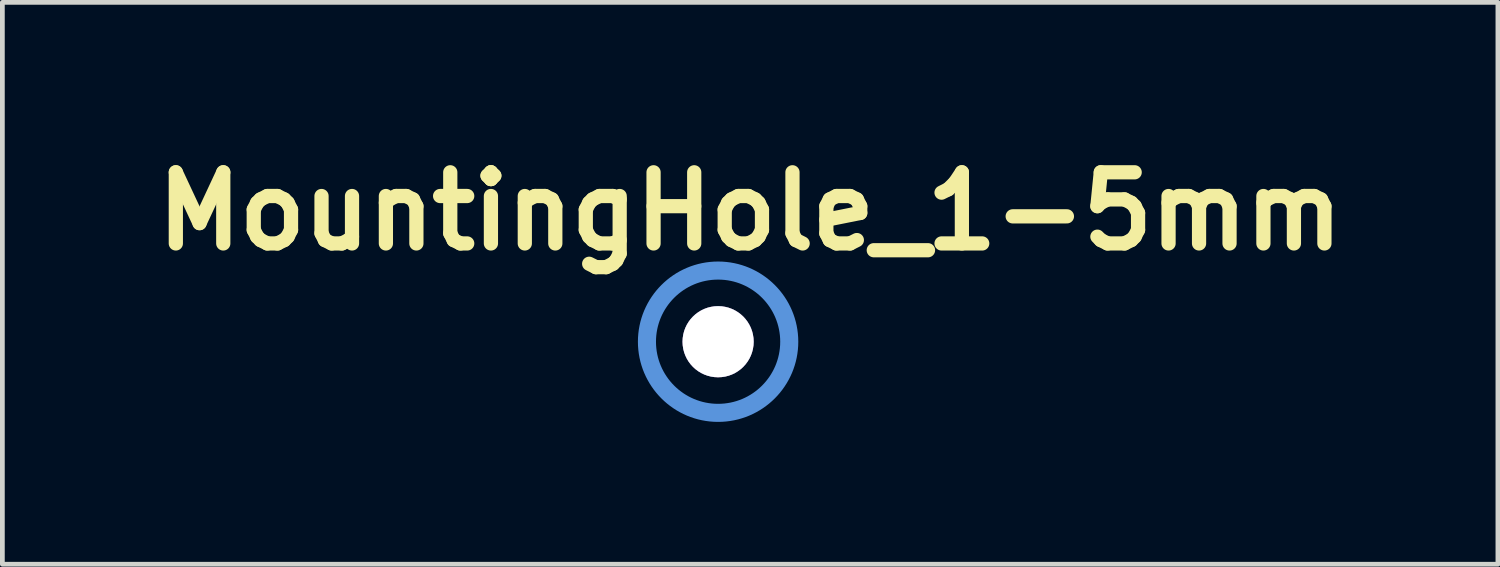
<source format=kicad_pcb>
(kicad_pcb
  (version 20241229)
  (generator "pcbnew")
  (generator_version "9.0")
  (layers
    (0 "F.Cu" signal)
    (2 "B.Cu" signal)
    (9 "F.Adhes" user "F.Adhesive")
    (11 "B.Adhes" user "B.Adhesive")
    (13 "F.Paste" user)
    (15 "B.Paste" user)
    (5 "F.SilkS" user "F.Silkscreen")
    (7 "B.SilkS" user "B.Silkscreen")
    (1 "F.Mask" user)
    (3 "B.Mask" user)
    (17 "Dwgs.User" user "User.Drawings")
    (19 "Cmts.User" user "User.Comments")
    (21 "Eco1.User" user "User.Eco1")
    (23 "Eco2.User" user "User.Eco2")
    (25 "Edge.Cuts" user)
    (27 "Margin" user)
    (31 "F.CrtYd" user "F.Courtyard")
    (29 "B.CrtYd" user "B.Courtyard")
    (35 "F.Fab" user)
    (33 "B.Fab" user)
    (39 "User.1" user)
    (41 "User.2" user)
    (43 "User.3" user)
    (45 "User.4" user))
  (footprint "MountingHole_1-5mm"
    (layer "F.Cu")
    (at 12.089 4.154)
    (property "Reference" "MountingHole_1-5mm" (at 0.675 -2.75 0) (layer "F.SilkS") (effects (font (size 1.5 1.5) (thickness 0.3))))
    (attr through_hole)
    (fp_circle (center 0 0) (end 1.5 0) (stroke (width 0.381) (type solid)) (fill no) (layer "Cmts.User"))
    (pad "1" thru_hole circle (at 0 0) (size 1.5 1.5) (drill 1.5) (layers "*.Cu")))
  (gr_rect
    (start -3 -3)
    (end 28.529 8.845)
    (stroke (width 0.1) (type default))
    (fill no)
    (layer "Edge.Cuts")))
</source>
